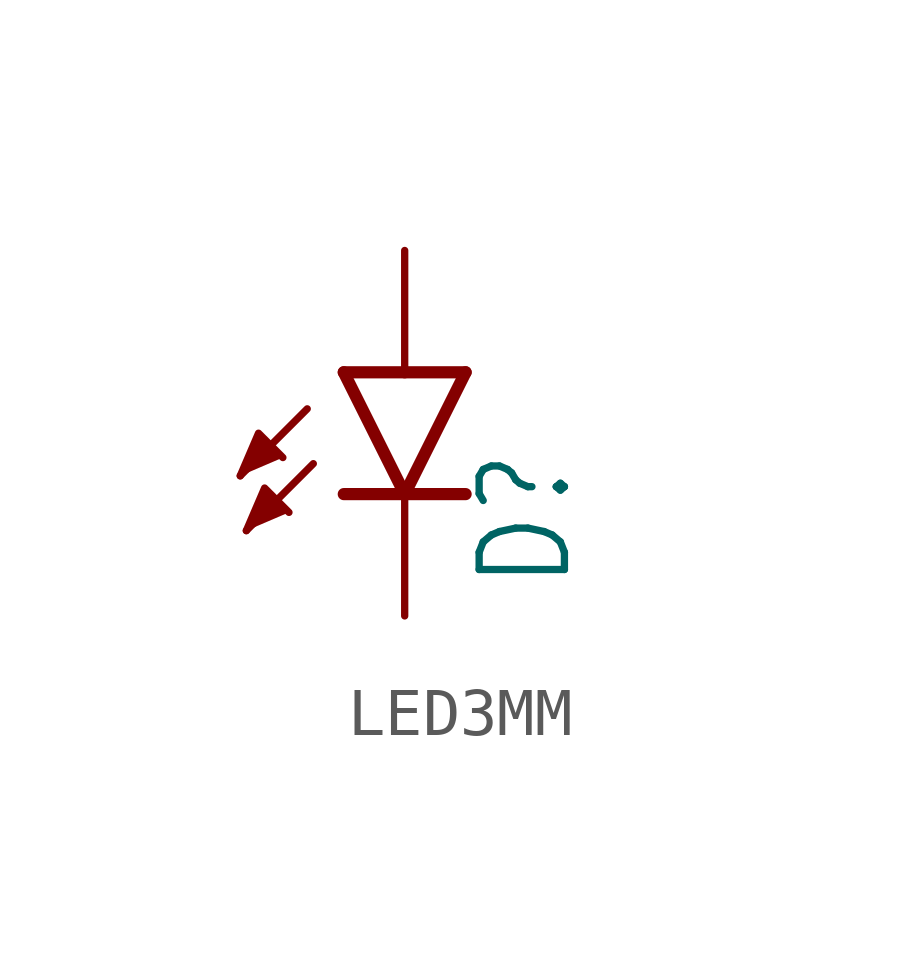
<source format=kicad_sym>
(kicad_symbol_lib
  (version 20220914)
  (generator kicad_symbol_editor)
  (symbol "LED3MM"
    (property "Reference" "D"
      (at 3.556 -4.572 90)
      (effects (font (size 1.778 1.511)) (justify left bottom)))
    (property "Value" ""
      (at 5.715 -4.572 90)
      (effects (font (size 1.778 1.511)) (justify left bottom)))
    (property "ki_locked" ""
      (at 0 0 0)
      (effects (font (size 1.27 1.27))))
    (symbol "LED3MM_1_0"
      (polyline (pts (xy -2.032 -0.762) (xy -3.429 -2.159)) (stroke (width 0.152) (type solid)) (fill (type none)))
      (polyline (pts (xy -1.905 -1.905) (xy -3.302 -3.302)) (stroke (width 0.152) (type solid)) (fill (type none)))
      (polyline (pts (xy 0 -2.54) (xy -1.27 -2.54)) (stroke (width 0.254) (type solid)) (fill (type none)))
      (polyline (pts (xy 0 -2.54) (xy -1.27 0)) (stroke (width 0.254) (type solid)) (fill (type none)))
      (polyline (pts (xy 0 0) (xy -1.27 0)) (stroke (width 0.254) (type solid)) (fill (type none)))
      (polyline (pts (xy 1.27 -2.54) (xy 0 -2.54)) (stroke (width 0.254) (type solid)) (fill (type none)))
      (polyline (pts (xy 1.27 0) (xy 0 -2.54)) (stroke (width 0.254) (type solid)) (fill (type none)))
      (polyline (pts (xy 1.27 0) (xy 0 0)) (stroke (width 0.254) (type solid)) (fill (type none)))
      (polyline (pts (xy -3.429 -2.159) (xy -3.048 -1.27) (xy -2.54 -1.778)) (stroke (width 0.152) (type solid)) (fill (type outline)))
      (polyline (pts (xy -3.302 -3.302) (xy -2.921 -2.413) (xy -2.413 -2.921)) (stroke (width 0.152) (type solid)) (fill (type outline)))
      (pin passive line (at 0 2.54 270) (length 2.54) (name "A" (effects (font (size 0 0)))) (number "A" (effects (font (size 0 0)))))
      (pin passive line (at 0 -5.08 90) (length 2.54) (name "C" (effects (font (size 0 0)))) (number "K" (effects (font (size 0 0))))))))
</source>
